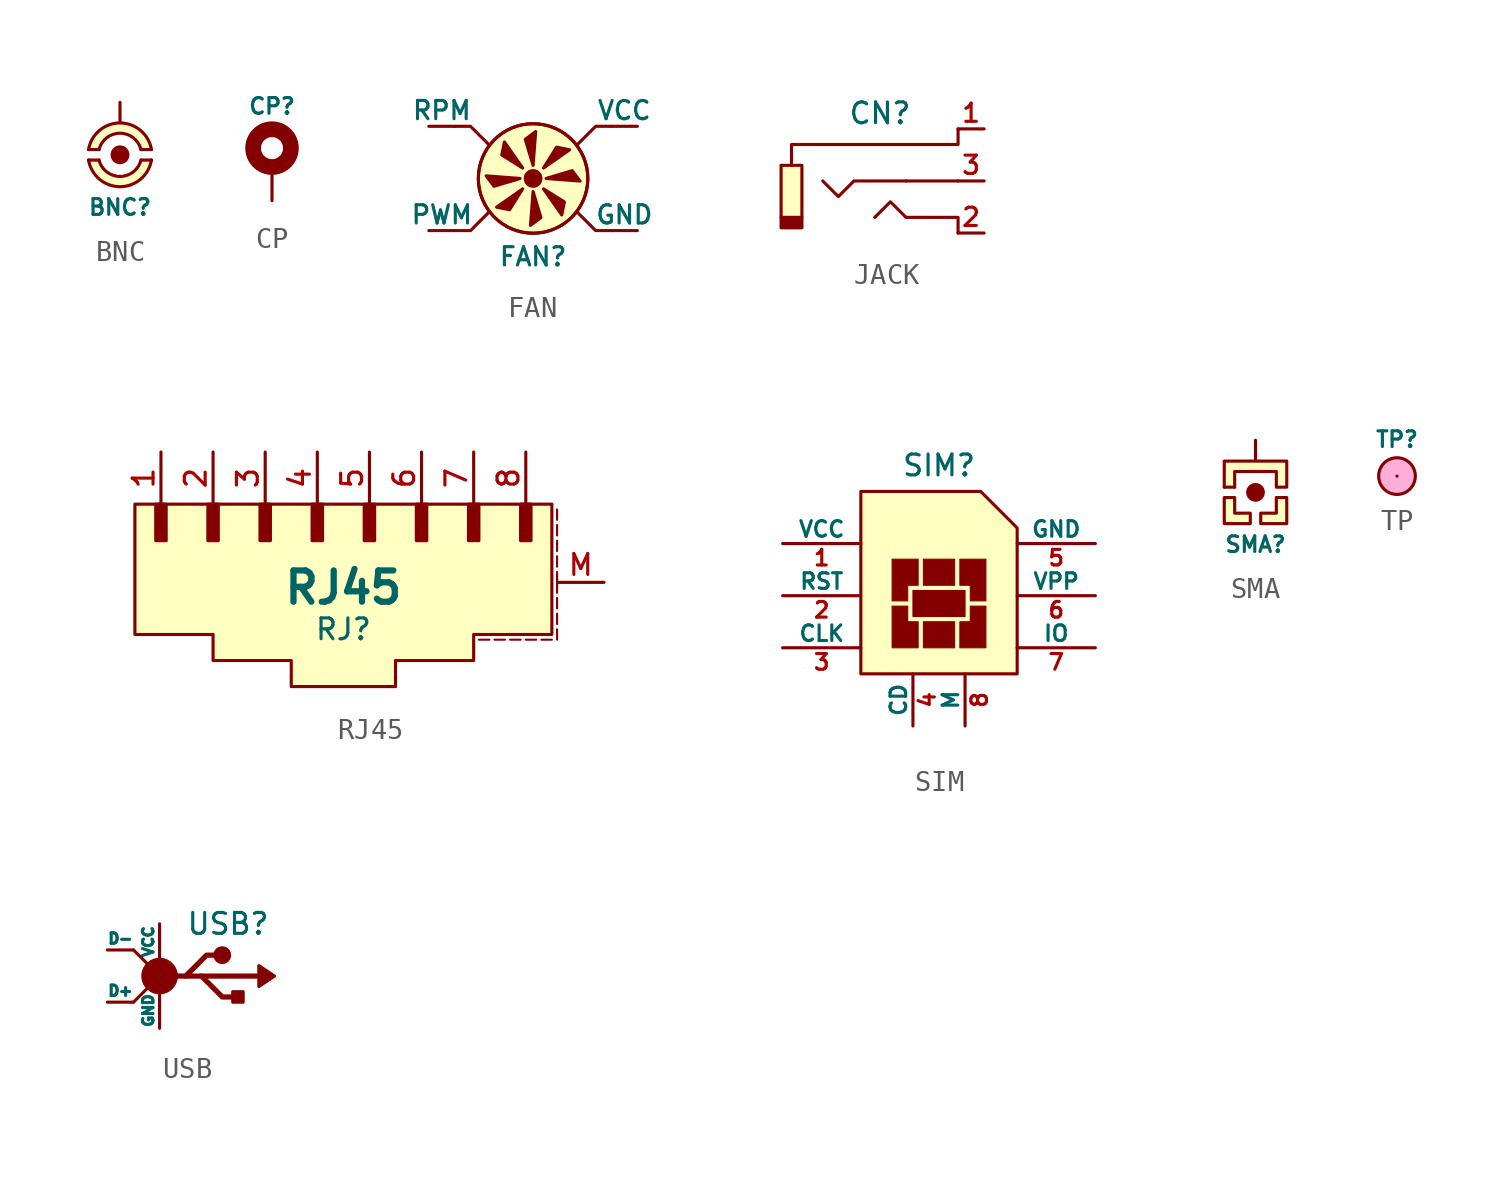
<source format=kicad_sym>
(kicad_symbol_lib
  (version 20231120)
  (generator "kicad_symbol_editor")
  (generator_version "8.0")
  (symbol "BNC"
    (pin_numbers hide)
    (pin_names
      (offset 0) hide)
    (property "Reference" "BNC"
      (at 0 -2.54 0)
      (effects (font (size 0.762 0.762))))
    (symbol "BNC_0_1"
      (arc (start -1.524 -0.254) (mid 0 -1.545) (end 1.524 -0.254) (stroke (width 0) (type solid)) (fill (type none)))
      (arc (start -1.016 -0.254) (mid 0 -1.0473) (end 1.016 -0.254) (stroke (width 0) (type solid)) (fill (type none)))
      (polyline (pts (xy -1.524 -0.254) (xy -1.016 -0.254)) (stroke (width 0) (type solid)) (fill (type none)))
      (polyline (pts (xy -1.016 0.254) (xy -1.524 0.254)) (stroke (width 0) (type solid)) (fill (type none)))
      (polyline (pts (xy 1.016 -0.254) (xy 1.524 -0.254)) (stroke (width 0) (type solid)) (fill (type none)))
      (polyline (pts (xy 1.524 0.254) (xy 1.016 0.254)) (stroke (width 0) (type solid)) (fill (type none)))
      (polyline (pts (xy -1.016 0.254) (xy -0.889 0.635) (xy -0.635 0.889) (xy -0.254 1.016) (xy 0.254 1.016) (xy 0.635 0.889) (xy 0.889 0.635) (xy 1.016 0.254) (xy 1.524 0.254) (xy 1.397 0.635) (xy 1.143 1.016) (xy 0.889 1.27) (xy 0.635 1.397) (xy 0.254 1.524) (xy -0.254 1.524) (xy -0.635 1.397) (xy -0.889 1.27) (xy -1.143 1.016) (xy -1.397 0.635) (xy -1.524 0.254)) (stroke (width 0.025) (type solid)) (fill (type background)))
      (circle (center 0 0) (radius 0.381) (stroke (width 0) (type solid)) (fill (type outline)))
      (arc (start 1.016 0.254) (mid 0 1.0473) (end -1.016 0.254) (stroke (width 0) (type solid)) (fill (type none)))
      (arc (start 1.524 0.254) (mid 0 1.545) (end -1.524 0.254) (stroke (width 0) (type solid)) (fill (type none))))
    (symbol "BNC_1_1"
      (polyline (pts (xy 1.016 -0.254) (xy 0.889 -0.635) (xy 0.635 -0.889) (xy 0.254 -1.016) (xy -0.254 -1.016) (xy -0.635 -0.889) (xy -0.889 -0.635) (xy -1.016 -0.254) (xy -1.524 -0.254) (xy -1.397 -0.635) (xy -1.143 -1.016) (xy -0.889 -1.27) (xy -0.635 -1.397) (xy -0.254 -1.524) (xy 0.254 -1.524) (xy 0.635 -1.397) (xy 0.889 -1.27) (xy 1.143 -1.016) (xy 1.397 -0.635) (xy 1.524 -0.254)) (stroke (width 0.025) (type solid)) (fill (type background)))
      (pin passive line (at 0 0 0) (length 0) (name "1" (effects (font (size 0.889 0.889)))) (number "1" (effects (font (size 0.889 0.889)))))
      (pin passive line (at 0 2.54 270) (length 0.94) (name "2" (effects (font (size 0.889 0.889)))) (number "2" (effects (font (size 0.889 0.889)))))))
  (symbol "CP"
    (pin_numbers hide)
    (pin_names
      (offset 0) hide)
    (property "Reference" "CP"
      (at 0 4.572 0)
      (effects (font (size 0.762 0.762))))
    (symbol "CP_0_1"
      (circle (center 0 2.54) (radius 0.914) (stroke (width 0.762) (type solid)) (fill (type none))))
    (symbol "CP_1_1"
      (pin passive line (at 0 0 90) (length 1.27) (name "1" (effects (font (size 0.762 0.762)))) (number "1" (effects (font (size 0.762 0.762)))))))
  (symbol "FAN"
    (pin_numbers hide)
    (pin_names
      (offset 0))
    (property "Reference" "FAN"
      (at 0 -3.81 0)
      (effects (font (size 0.889 0.889))))
    (symbol "FAN_0_1"
      (polyline (pts (xy -3.81 -2.54) (xy -3.048 -2.54) (xy -2.159 -1.651)) (stroke (width 0) (type solid)) (fill (type none)))
      (polyline (pts (xy -3.81 2.54) (xy -3.048 2.54) (xy -2.159 1.651)) (stroke (width 0) (type solid)) (fill (type none)))
      (polyline (pts (xy 3.81 -2.54) (xy 3.048 -2.54) (xy 2.159 -1.651)) (stroke (width 0) (type solid)) (fill (type none)))
      (polyline (pts (xy 3.81 2.54) (xy 3.048 2.54) (xy 2.159 1.651)) (stroke (width 0) (type solid)) (fill (type none)))
      (polyline (pts (xy -0.635 0) (xy -1.905 -0.381) (xy -2.286 0.127) (xy -0.635 0)) (stroke (width 0) (type solid)) (fill (type outline)))
      (polyline (pts (xy -0.508 -0.508) (xy -1.143 -1.524) (xy -1.778 -1.397) (xy -0.508 -0.508)) (stroke (width 0) (type solid)) (fill (type outline)))
      (polyline (pts (xy -0.508 0.508) (xy -1.524 1.143) (xy -1.397 1.778) (xy -0.508 0.508)) (stroke (width 0) (type solid)) (fill (type outline)))
      (polyline (pts (xy 0 -0.635) (xy 0.381 -1.905) (xy -0.127 -2.286) (xy 0 -0.635)) (stroke (width 0) (type solid)) (fill (type outline)))
      (polyline (pts (xy 0 0.635) (xy -0.381 1.905) (xy 0.127 2.286) (xy 0 0.635)) (stroke (width 0) (type solid)) (fill (type outline)))
      (polyline (pts (xy 0.508 -0.508) (xy 1.524 -1.143) (xy 1.397 -1.778) (xy 0.508 -0.508)) (stroke (width 0) (type solid)) (fill (type outline)))
      (polyline (pts (xy 0.508 0.508) (xy 1.143 1.524) (xy 1.778 1.397) (xy 0.508 0.508)) (stroke (width 0) (type solid)) (fill (type outline)))
      (polyline (pts (xy 0.635 0) (xy 1.905 0.381) (xy 2.286 -0.127) (xy 0.635 0)) (stroke (width 0) (type solid)) (fill (type outline)))
      (circle (center 0 0) (radius 0.381) (stroke (width 0) (type solid)) (fill (type outline)))
      (circle (center 0 0) (radius 2.667) (stroke (width 0) (type solid)) (fill (type background)))
      (circle (center 0 0) (radius 2.667) (stroke (width 0) (type solid)) (fill (type background))))
    (symbol "FAN_1_1"
      (pin passive line (at 5.08 -2.54 180) (length 1.27) (name "GND" (effects (font (size 0.889 0.889)))) (number "1" (effects (font (size 0.889 0.889)))))
      (pin passive line (at 5.08 2.54 180) (length 1.27) (name "VCC" (effects (font (size 0.889 0.889)))) (number "2" (effects (font (size 0.889 0.889)))))
      (pin passive line (at -5.08 2.54 0) (length 1.27) (name "RPM" (effects (font (size 0.889 0.889)))) (number "3" (effects (font (size 0.889 0.889)))))
      (pin passive line (at -5.08 -2.54 0) (length 1.27) (name "PWM" (effects (font (size 0.889 0.889)))) (number "4" (effects (font (size 0.889 0.889)))))))
  (symbol "JACK"
    (pin_names
      (offset 1.524) hide)
    (property "Reference" "CN"
      (at 0 3.302 0)
      (effects (font (size 1.016 1.016))))
    (symbol "JACK_0_1"
      (polyline (pts (xy 3.81 0) (xy 1.27 0)) (stroke (width 0) (type solid)) (fill (type none)))
      (polyline (pts (xy 1.27 -1.778) (xy 0.508 -1.016) (xy -0.254 -1.778)) (stroke (width 0) (type solid)) (fill (type none)))
      (polyline (pts (xy 1.27 -1.778) (xy 3.81 -1.778) (xy 3.81 -2.54)) (stroke (width 0) (type solid)) (fill (type none)))
      (polyline (pts (xy -4.826 -1.778) (xy -4.826 -2.286) (xy -3.81 -2.286) (xy -3.81 -1.778)) (stroke (width 0) (type solid)) (fill (type outline)))
      (polyline (pts (xy 1.27 0) (xy -1.27 0) (xy -2.032 -0.762) (xy -2.794 0)) (stroke (width 0) (type solid)) (fill (type none)))
      (polyline (pts (xy 3.81 2.54) (xy 3.81 1.778) (xy -4.318 1.778) (xy -4.318 0.762)) (stroke (width 0) (type solid)) (fill (type none)))
      (polyline (pts (xy -4.826 0.762) (xy -3.81 0.762) (xy -3.81 -1.778) (xy -4.826 -1.778) (xy -4.826 0.762)) (stroke (width 0) (type solid)) (fill (type background))))
    (symbol "JACK_1_1"
      (pin passive line (at 5.08 2.54 180) (length 1.27) (name "1" (effects (font (size 0.889 0.889)))) (number "1" (effects (font (size 0.889 0.889)))))
      (pin passive line (at 5.08 -2.54 180) (length 1.27) (name "2" (effects (font (size 0.889 0.889)))) (number "2" (effects (font (size 0.889 0.889)))))
      (pin passive line (at 5.08 0 180) (length 1.27) (name "3" (effects (font (size 0.889 0.889)))) (number "3" (effects (font (size 0.889 0.889)))))))
  (symbol "RJ45"
    (pin_names
      (offset 1.016) hide)
    (property "Reference" "RJ"
      (at 0 -2.286 0)
      (effects (font (size 1.016 1.016))))
    (property "Value" "RJ45"
      (at 0 -0.254 0)
      (effects (font (size 1.524 1.524) (bold yes))))
    (symbol "RJ45_0_1"
      (rectangle (start -9.144 3.81) (end -8.636 2.032) (stroke (width 0) (type solid)) (fill (type outline)))
      (rectangle (start -6.604 3.81) (end -6.096 2.032) (stroke (width 0) (type solid)) (fill (type outline)))
      (rectangle (start -4.064 3.81) (end -3.556 2.032) (stroke (width 0) (type solid)) (fill (type outline)))
      (rectangle (start -1.524 3.81) (end -1.016 2.032) (stroke (width 0) (type solid)) (fill (type outline)))
      (polyline (pts (xy 7.112 -2.794) (xy 6.604 -2.794)) (stroke (width 0.102) (type solid)) (fill (type none)))
      (polyline (pts (xy 7.874 -2.794) (xy 7.366 -2.794)) (stroke (width 0.102) (type solid)) (fill (type none)))
      (polyline (pts (xy 8.636 -2.794) (xy 8.128 -2.794)) (stroke (width 0.102) (type solid)) (fill (type none)))
      (polyline (pts (xy 9.398 -2.794) (xy 8.89 -2.794)) (stroke (width 0.102) (type solid)) (fill (type none)))
      (polyline (pts (xy 10.16 -2.794) (xy 9.652 -2.794)) (stroke (width 0.102) (type solid)) (fill (type none)))
      (polyline (pts (xy 10.414 -2.286) (xy 10.414 -2.794)) (stroke (width 0.102) (type solid)) (fill (type none)))
      (polyline (pts (xy 10.414 -2.032) (xy 10.414 -1.524)) (stroke (width 0.102) (type solid)) (fill (type none)))
      (polyline (pts (xy 10.414 -1.27) (xy 10.414 -0.762)) (stroke (width 0.102) (type solid)) (fill (type none)))
      (polyline (pts (xy 10.414 -0.508) (xy 10.414 0)) (stroke (width 0.102) (type solid)) (fill (type none)))
      (polyline (pts (xy 10.414 0) (xy 10.414 0.508)) (stroke (width 0.102) (type solid)) (fill (type none)))
      (polyline (pts (xy 10.414 0.762) (xy 10.414 1.27)) (stroke (width 0.102) (type solid)) (fill (type none)))
      (polyline (pts (xy 10.414 1.524) (xy 10.414 2.032)) (stroke (width 0.102) (type solid)) (fill (type none)))
      (polyline (pts (xy 10.414 2.286) (xy 10.414 2.794)) (stroke (width 0.102) (type solid)) (fill (type none)))
      (polyline (pts (xy 10.414 3.048) (xy 10.414 3.556)) (stroke (width 0.102) (type solid)) (fill (type none)))
      (polyline (pts (xy 6.35 -3.81) (xy 2.54 -3.81) (xy 2.54 -5.08) (xy -2.54 -5.08) (xy -2.54 -3.81) (xy -6.35 -3.81) (xy -6.35 -2.54) (xy -10.16 -2.54) (xy -10.16 3.81) (xy 10.16 3.81) (xy 10.16 -2.54) (xy 6.35 -2.54) (xy 6.35 -3.81)) (stroke (width 0) (type solid)) (fill (type background)))
      (rectangle (start 1.016 3.81) (end 1.524 2.032) (stroke (width 0) (type solid)) (fill (type outline)))
      (rectangle (start 3.556 3.81) (end 4.064 2.032) (stroke (width 0) (type solid)) (fill (type outline)))
      (rectangle (start 6.096 3.81) (end 6.604 2.032) (stroke (width 0) (type solid)) (fill (type outline)))
      (rectangle (start 8.636 3.81) (end 9.144 2.032) (stroke (width 0) (type solid)) (fill (type outline))))
    (symbol "RJ45_1_1"
      (pin passive line (at -8.89 6.35 270) (length 2.54) (name "1" (effects (font (size 1.016 1.016)))) (number "1" (effects (font (size 1.016 1.016)))))
      (pin passive line (at -6.35 6.35 270) (length 2.54) (name "2" (effects (font (size 1.016 1.016)))) (number "2" (effects (font (size 1.016 1.016)))))
      (pin passive line (at -3.81 6.35 270) (length 2.54) (name "3" (effects (font (size 1.016 1.016)))) (number "3" (effects (font (size 1.016 1.016)))))
      (pin passive line (at -1.27 6.35 270) (length 2.54) (name "4" (effects (font (size 1.016 1.016)))) (number "4" (effects (font (size 1.016 1.016)))))
      (pin passive line (at 1.27 6.35 270) (length 2.54) (name "5" (effects (font (size 1.016 1.016)))) (number "5" (effects (font (size 1.016 1.016)))))
      (pin passive line (at 3.81 6.35 270) (length 2.54) (name "6" (effects (font (size 1.016 1.016)))) (number "6" (effects (font (size 1.016 1.016)))))
      (pin passive line (at 6.35 6.35 270) (length 2.54) (name "7" (effects (font (size 1.016 1.016)))) (number "7" (effects (font (size 1.016 1.016)))))
      (pin passive line (at 8.89 6.35 270) (length 2.54) (name "8" (effects (font (size 1.016 1.016)))) (number "8" (effects (font (size 1.016 1.016)))))
      (pin passive line (at 12.7 0 180) (length 2.261) (name "M" (effects (font (size 1.016 1.016)))) (number "M" (effects (font (size 1.016 1.016)))))))
  (symbol "SIM"
    (pin_names
      (offset 0))
    (property "Reference" "SIM"
      (at 0 5.08 0)
      (effects (font (size 1.016 1.016))))
    (symbol "SIM_0_1"
      (polyline (pts (xy -1.27 -1.016) (xy -1.27 -2.286) (xy 1.27 -2.286) (xy 1.27 -1.016) (xy -1.27 -1.016)) (stroke (width 0.051) (type solid)) (fill (type outline)))
      (polyline (pts (xy -0.762 -2.54) (xy 0.762 -2.54) (xy 0.762 -3.81) (xy -0.762 -3.81) (xy -0.762 -2.54)) (stroke (width 0.051) (type solid)) (fill (type outline)))
      (polyline (pts (xy -0.762 -0.762) (xy -0.762 0.508) (xy 0.762 0.508) (xy 0.762 -0.762) (xy -0.762 -0.762)) (stroke (width 0.051) (type solid)) (fill (type outline)))
      (polyline (pts (xy -3.81 -5.08) (xy -3.81 3.81) (xy 2.032 3.81) (xy 3.81 2.032) (xy 3.81 -5.08) (xy -3.81 -5.08)) (stroke (width 0) (type solid)) (fill (type background)))
      (polyline (pts (xy -2.286 -1.778) (xy -1.524 -1.778) (xy -1.524 -2.54) (xy -1.016 -2.54) (xy -1.016 -3.81) (xy -2.286 -3.81) (xy -2.286 -1.778)) (stroke (width 0.051) (type solid)) (fill (type outline)))
      (polyline (pts (xy -1.524 -1.524) (xy -1.524 -0.762) (xy -1.016 -0.762) (xy -1.016 0.508) (xy -2.286 0.508) (xy -2.286 -1.524) (xy -1.524 -1.524)) (stroke (width 0.051) (type solid)) (fill (type outline)))
      (polyline (pts (xy 1.524 -1.524) (xy 1.524 -0.762) (xy 1.016 -0.762) (xy 1.016 0.508) (xy 2.286 0.508) (xy 2.286 -1.524) (xy 1.524 -1.524)) (stroke (width 0.051) (type solid)) (fill (type outline)))
      (polyline (pts (xy 2.286 -1.778) (xy 1.524 -1.778) (xy 1.524 -2.54) (xy 1.016 -2.54) (xy 1.016 -3.81) (xy 2.286 -3.81) (xy 2.286 -1.778)) (stroke (width 0.051) (type solid)) (fill (type outline))))
    (symbol "SIM_1_1"
      (pin passive line (at -7.62 1.27 0) (length 3.81) (name "VCC" (effects (font (size 0.762 0.762)))) (number "1" (effects (font (size 0.762 0.762)))))
      (pin passive line (at -7.62 -1.27 0) (length 3.81) (name "RST" (effects (font (size 0.762 0.762)))) (number "2" (effects (font (size 0.762 0.762)))))
      (pin passive line (at -7.62 -3.81 0) (length 3.81) (name "CLK" (effects (font (size 0.762 0.762)))) (number "3" (effects (font (size 0.762 0.762)))))
      (pin passive line (at -1.27 -7.62 90) (length 2.54) (name "CD" (effects (font (size 0.762 0.762)))) (number "4" (effects (font (size 0.762 0.762)))))
      (pin passive line (at 7.62 1.27 180) (length 3.81) (name "GND" (effects (font (size 0.762 0.762)))) (number "5" (effects (font (size 0.762 0.762)))))
      (pin passive line (at 7.62 -1.27 180) (length 3.81) (name "VPP" (effects (font (size 0.762 0.762)))) (number "6" (effects (font (size 0.762 0.762)))))
      (pin passive line (at 7.62 -3.81 180) (length 3.81) (name "IO" (effects (font (size 0.762 0.762)))) (number "7" (effects (font (size 0.762 0.762)))))
      (pin passive line (at 1.27 -7.62 90) (length 2.54) (name "M" (effects (font (size 0.762 0.762)))) (number "8" (effects (font (size 0.762 0.762)))))))
  (symbol "SMA"
    (pin_numbers hide)
    (pin_names
      (offset 0) hide)
    (property "Reference" "SMA"
      (at 0 -2.54 0)
      (effects (font (size 0.762 0.762))))
    (symbol "SMA_0_1"
      (polyline (pts (xy -1.016 0.254) (xy -1.524 0.254)) (stroke (width 0) (type solid)) (fill (type none)))
      (polyline (pts (xy -1.524 -0.254) (xy -1.016 -0.254) (xy -1.016 -1.016) (xy -0.254 -1.016) (xy -0.254 -1.524) (xy -1.524 -1.524) (xy -1.524 -0.254)) (stroke (width 0) (type solid)) (fill (type background)))
      (polyline (pts (xy 0.254 -1.524) (xy 0.254 -1.016) (xy 1.016 -1.016) (xy 1.016 -0.254) (xy 1.524 -0.254) (xy 1.524 -1.524) (xy 0.254 -1.524)) (stroke (width 0) (type solid)) (fill (type background)))
      (polyline (pts (xy -1.016 0.254) (xy -1.016 1.016) (xy 1.016 1.016) (xy 1.016 0.254) (xy 1.524 0.254) (xy 1.524 1.524) (xy -1.524 1.524) (xy -1.524 0.254)) (stroke (width 0) (type solid)) (fill (type background)))
      (circle (center 0 0) (radius 0.381) (stroke (width 0) (type solid)) (fill (type outline))))
    (symbol "SMA_1_1"
      (pin passive line (at 0 2.54 270) (length 0.94) (name "1" (effects (font (size 0.889 0.889)))) (number "1" (effects (font (size 0.889 0.889)))))
      (pin passive line (at 0 0 0) (length 0) (name "2" (effects (font (size 0.889 0.889)))) (number "2" (effects (font (size 0.889 0.889)))))))
  (symbol "TP"
    (pin_numbers hide)
    (pin_names
      (offset 0) hide)
    (property "Reference" "TP"
      (at 0 1.778 0)
      (effects (font (size 0.762 0.762))))
    (symbol "TP_1_1"
      (circle (center 0 0) (radius 0.889) (stroke (width 0) (type default)) (fill (type color) (color 255 175 215 1)))
      (pin passive line (at 0 0 0) (length 0) (name "1" (effects (font (size 0.889 0.889)))) (number "1" (effects (font (size 0.889 0.889)))))))
  (symbol "USB"
    (pin_numbers hide)
    (pin_names
      (offset 0))
    (property "Reference" "USB"
      (at 1.27 2.54 0)
      (effects (font (size 1.016 1.016)) (justify left)))
    (symbol "USB_0_1"
      (polyline (pts (xy -1.27 1.27) (xy 0 0)) (stroke (width 0) (type solid)) (fill (type none)))
      (polyline (pts (xy 0 0) (xy -1.27 -1.27)) (stroke (width 0) (type solid)) (fill (type none)))
      (polyline (pts (xy 4.826 0) (xy 0.762 0)) (stroke (width 0.254) (type solid)) (fill (type none)))
      (polyline (pts (xy 1.27 0) (xy 2.286 1.016) (xy 3.048 1.016)) (stroke (width 0.254) (type solid)) (fill (type none)))
      (polyline (pts (xy 3.556 -1.016) (xy 3.048 -1.016) (xy 2.032 0)) (stroke (width 0.254) (type solid)) (fill (type none)))
      (polyline (pts (xy 4.826 0.508) (xy 4.826 -0.508) (xy 5.588 0) (xy 4.826 0.508)) (stroke (width 0) (type solid)) (fill (type outline)))
      (polyline (pts (xy 3.556 -0.762) (xy 3.556 -1.27) (xy 4.064 -1.27) (xy 4.064 -0.762) (xy 3.556 -0.762)) (stroke (width 0) (type solid)) (fill (type outline)))
      (circle (center 0 0) (radius 0.813) (stroke (width 0) (type solid)) (fill (type outline)))
      (circle (center 3.048 1.016) (radius 0.356) (stroke (width 0) (type solid)) (fill (type outline))))
    (symbol "USB_1_1"
      (pin power_out line (at 0 2.54 270) (length 1.727) (name "VCC" (effects (font (size 0.508 0.508)))) (number "1" (effects (font (size 0.635 0.635)))))
      (pin passive line (at -2.54 1.27 0) (length 1.27) (name "D-" (effects (font (size 0.508 0.508)))) (number "2" (effects (font (size 0.635 0.635)))))
      (pin passive line (at -2.54 -1.27 0) (length 1.27) (name "D+" (effects (font (size 0.508 0.508)))) (number "3" (effects (font (size 0.635 0.635)))))
      (pin passive line (at 0 -2.54 90) (length 1.727) (name "GND" (effects (font (size 0.508 0.508)))) (number "4" (effects (font (size 0.635 0.635))))))))
</source>
